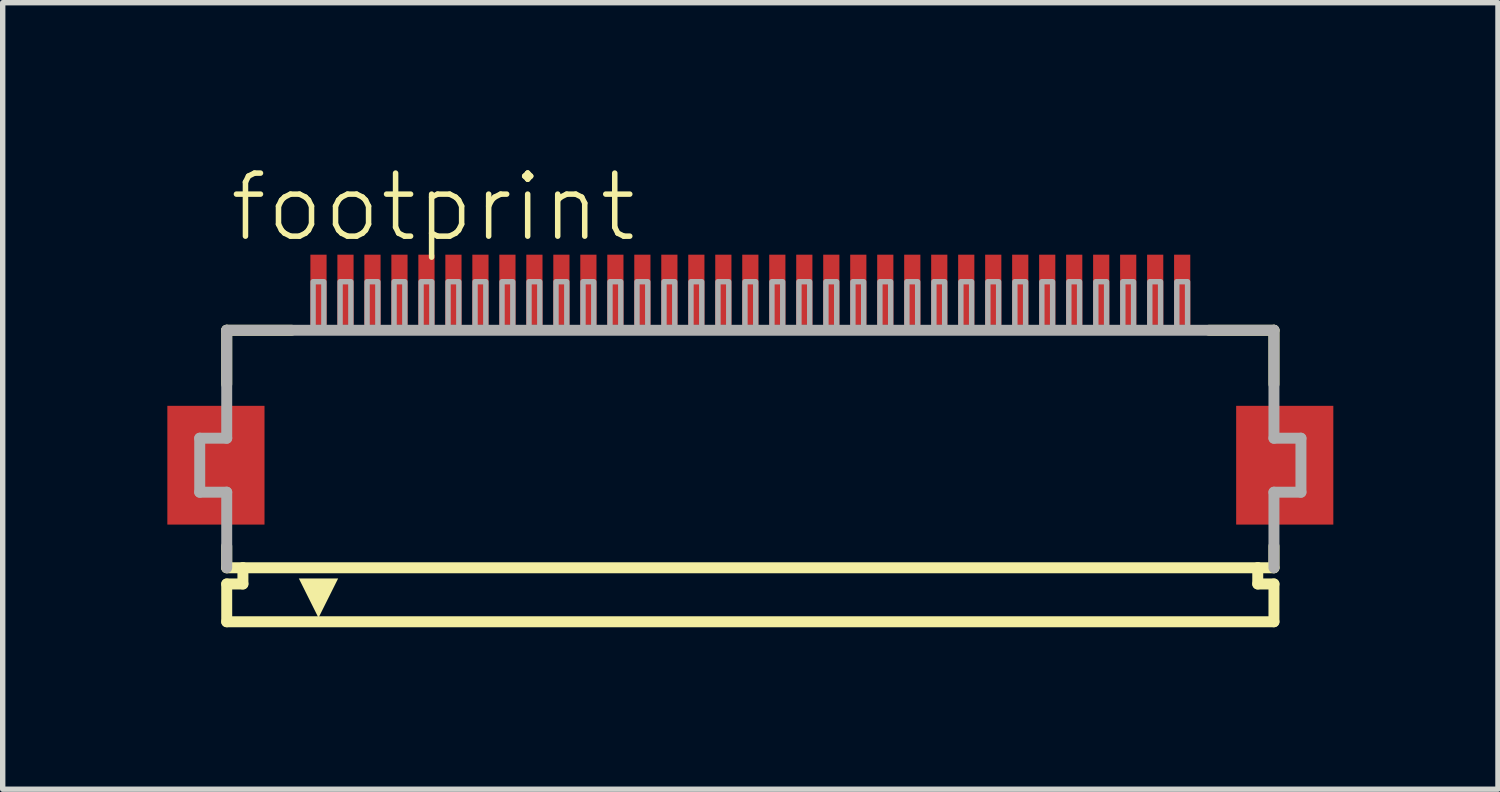
<source format=kicad_pcb>
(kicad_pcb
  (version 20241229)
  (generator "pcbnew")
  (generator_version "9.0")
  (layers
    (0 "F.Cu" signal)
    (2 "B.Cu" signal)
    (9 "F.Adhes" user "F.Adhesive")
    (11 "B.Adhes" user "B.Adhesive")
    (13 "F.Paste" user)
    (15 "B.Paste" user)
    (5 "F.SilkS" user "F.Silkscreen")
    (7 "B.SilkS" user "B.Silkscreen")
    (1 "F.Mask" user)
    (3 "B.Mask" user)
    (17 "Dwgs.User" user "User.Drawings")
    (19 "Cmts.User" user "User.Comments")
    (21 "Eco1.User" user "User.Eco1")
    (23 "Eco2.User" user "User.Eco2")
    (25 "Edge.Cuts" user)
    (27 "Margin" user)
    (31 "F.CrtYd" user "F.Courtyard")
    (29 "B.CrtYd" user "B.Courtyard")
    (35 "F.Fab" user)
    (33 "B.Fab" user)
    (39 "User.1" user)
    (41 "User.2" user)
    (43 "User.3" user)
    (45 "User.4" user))
  (footprint "footprint"
    (layer "F.Cu")
    (at 10.85 5.568)
    (property "Reference" "footprint" (at -9.698 -4.095 0) (layer "F.SilkS") (effects (font (size 1.168 1.168) (thickness 0.102)) (justify left bottom)))
    (fp_poly (pts (xy -9 -1.1) (xy -10.8 -1.1) (xy -10.8 1.1) (xy -9 1.1)) (stroke (width 0) (type solid)) (fill yes) (layer "F.Cu"))
    (fp_poly (pts (xy 10.8 -1.1) (xy 9 -1.1) (xy 9 1.1) (xy 10.8 1.1)) (stroke (width 0) (type solid)) (fill yes) (layer "F.Cu"))
    (fp_poly (pts (xy -8.95 -1.175) (xy -10.85 -1.175) (xy -10.85 1.175) (xy -8.95 1.175)) (stroke (width 0) (type solid)) (fill yes) (layer "F.Mask"))
    (fp_poly (pts (xy -8.2 -2.55) (xy -7.8 -2.55) (xy -7.8 -3.95) (xy -8.2 -3.95)) (stroke (width 0) (type solid)) (fill yes) (layer "F.Mask"))
    (fp_poly (pts (xy -7.7 -2.55) (xy -7.3 -2.55) (xy -7.3 -3.95) (xy -7.7 -3.95)) (stroke (width 0) (type solid)) (fill yes) (layer "F.Mask"))
    (fp_poly (pts (xy -7.2 -2.55) (xy -6.8 -2.55) (xy -6.8 -3.95) (xy -7.2 -3.95)) (stroke (width 0) (type solid)) (fill yes) (layer "F.Mask"))
    (fp_poly (pts (xy -6.7 -2.55) (xy -6.3 -2.55) (xy -6.3 -3.95) (xy -6.7 -3.95)) (stroke (width 0) (type solid)) (fill yes) (layer "F.Mask"))
    (fp_poly (pts (xy -6.2 -2.55) (xy -5.8 -2.55) (xy -5.8 -3.95) (xy -6.2 -3.95)) (stroke (width 0) (type solid)) (fill yes) (layer "F.Mask"))
    (fp_poly (pts (xy -5.7 -2.55) (xy -5.3 -2.55) (xy -5.3 -3.95) (xy -5.7 -3.95)) (stroke (width 0) (type solid)) (fill yes) (layer "F.Mask"))
    (fp_poly (pts (xy -5.2 -2.55) (xy -4.8 -2.55) (xy -4.8 -3.95) (xy -5.2 -3.95)) (stroke (width 0) (type solid)) (fill yes) (layer "F.Mask"))
    (fp_poly (pts (xy -4.7 -2.55) (xy -4.3 -2.55) (xy -4.3 -3.95) (xy -4.7 -3.95)) (stroke (width 0) (type solid)) (fill yes) (layer "F.Mask"))
    (fp_poly (pts (xy -4.2 -2.55) (xy -3.8 -2.55) (xy -3.8 -3.95) (xy -4.2 -3.95)) (stroke (width 0) (type solid)) (fill yes) (layer "F.Mask"))
    (fp_poly (pts (xy -3.7 -2.55) (xy -3.3 -2.55) (xy -3.3 -3.95) (xy -3.7 -3.95)) (stroke (width 0) (type solid)) (fill yes) (layer "F.Mask"))
    (fp_poly (pts (xy -3.2 -2.55) (xy -2.8 -2.55) (xy -2.8 -3.95) (xy -3.2 -3.95)) (stroke (width 0) (type solid)) (fill yes) (layer "F.Mask"))
    (fp_poly (pts (xy -2.7 -2.55) (xy -2.3 -2.55) (xy -2.3 -3.95) (xy -2.7 -3.95)) (stroke (width 0) (type solid)) (fill yes) (layer "F.Mask"))
    (fp_poly (pts (xy -2.2 -2.55) (xy -1.8 -2.55) (xy -1.8 -3.95) (xy -2.2 -3.95)) (stroke (width 0) (type solid)) (fill yes) (layer "F.Mask"))
    (fp_poly (pts (xy -1.7 -2.55) (xy -1.3 -2.55) (xy -1.3 -3.95) (xy -1.7 -3.95)) (stroke (width 0) (type solid)) (fill yes) (layer "F.Mask"))
    (fp_poly (pts (xy -1.2 -2.55) (xy -0.8 -2.55) (xy -0.8 -3.95) (xy -1.2 -3.95)) (stroke (width 0) (type solid)) (fill yes) (layer "F.Mask"))
    (fp_poly (pts (xy -0.7 -2.55) (xy -0.3 -2.55) (xy -0.3 -3.95) (xy -0.7 -3.95)) (stroke (width 0) (type solid)) (fill yes) (layer "F.Mask"))
    (fp_poly (pts (xy -0.2 -2.55) (xy 0.2 -2.55) (xy 0.2 -3.95) (xy -0.2 -3.95)) (stroke (width 0) (type solid)) (fill yes) (layer "F.Mask"))
    (fp_poly (pts (xy 0.3 -2.55) (xy 0.7 -2.55) (xy 0.7 -3.95) (xy 0.3 -3.95)) (stroke (width 0) (type solid)) (fill yes) (layer "F.Mask"))
    (fp_poly (pts (xy 0.8 -2.55) (xy 1.2 -2.55) (xy 1.2 -3.95) (xy 0.8 -3.95)) (stroke (width 0) (type solid)) (fill yes) (layer "F.Mask"))
    (fp_poly (pts (xy 1.3 -2.55) (xy 1.7 -2.55) (xy 1.7 -3.95) (xy 1.3 -3.95)) (stroke (width 0) (type solid)) (fill yes) (layer "F.Mask"))
    (fp_poly (pts (xy 1.8 -2.55) (xy 2.2 -2.55) (xy 2.2 -3.95) (xy 1.8 -3.95)) (stroke (width 0) (type solid)) (fill yes) (layer "F.Mask"))
    (fp_poly (pts (xy 2.3 -2.55) (xy 2.7 -2.55) (xy 2.7 -3.95) (xy 2.3 -3.95)) (stroke (width 0) (type solid)) (fill yes) (layer "F.Mask"))
    (fp_poly (pts (xy 2.8 -2.55) (xy 3.2 -2.55) (xy 3.2 -3.95) (xy 2.8 -3.95)) (stroke (width 0) (type solid)) (fill yes) (layer "F.Mask"))
    (fp_poly (pts (xy 3.3 -2.55) (xy 3.7 -2.55) (xy 3.7 -3.95) (xy 3.3 -3.95)) (stroke (width 0) (type solid)) (fill yes) (layer "F.Mask"))
    (fp_poly (pts (xy 3.8 -2.55) (xy 4.2 -2.55) (xy 4.2 -3.95) (xy 3.8 -3.95)) (stroke (width 0) (type solid)) (fill yes) (layer "F.Mask"))
    (fp_poly (pts (xy 4.3 -2.55) (xy 4.7 -2.55) (xy 4.7 -3.95) (xy 4.3 -3.95)) (stroke (width 0) (type solid)) (fill yes) (layer "F.Mask"))
    (fp_poly (pts (xy 4.8 -2.55) (xy 5.2 -2.55) (xy 5.2 -3.95) (xy 4.8 -3.95)) (stroke (width 0) (type solid)) (fill yes) (layer "F.Mask"))
    (fp_poly (pts (xy 5.3 -2.55) (xy 5.7 -2.55) (xy 5.7 -3.95) (xy 5.3 -3.95)) (stroke (width 0) (type solid)) (fill yes) (layer "F.Mask"))
    (fp_poly (pts (xy 5.8 -2.55) (xy 6.2 -2.55) (xy 6.2 -3.95) (xy 5.8 -3.95)) (stroke (width 0) (type solid)) (fill yes) (layer "F.Mask"))
    (fp_poly (pts (xy 6.3 -2.55) (xy 6.7 -2.55) (xy 6.7 -3.95) (xy 6.3 -3.95)) (stroke (width 0) (type solid)) (fill yes) (layer "F.Mask"))
    (fp_poly (pts (xy 6.8 -2.55) (xy 7.2 -2.55) (xy 7.2 -3.95) (xy 6.8 -3.95)) (stroke (width 0) (type solid)) (fill yes) (layer "F.Mask"))
    (fp_poly (pts (xy 7.3 -2.55) (xy 7.7 -2.55) (xy 7.7 -3.95) (xy 7.3 -3.95)) (stroke (width 0) (type solid)) (fill yes) (layer "F.Mask"))
    (fp_poly (pts (xy 7.8 -2.55) (xy 8.2 -2.55) (xy 8.2 -3.95) (xy 7.8 -3.95)) (stroke (width 0) (type solid)) (fill yes) (layer "F.Mask"))
    (fp_poly (pts (xy 10.85 -1.175) (xy 8.95 -1.175) (xy 8.95 1.175) (xy 10.85 1.175)) (stroke (width 0) (type solid)) (fill yes) (layer "F.Mask"))
    (fp_line (start -9.7 -2.5) (end -9.7 -1.5) (stroke (width 0.203) (type solid)) (layer "F.SilkS"))
    (fp_line (start -9.7 1.5) (end -9.7 1.9) (stroke (width 0.203) (type solid)) (layer "F.SilkS"))
    (fp_line (start -9.7 1.9) (end -9.4 1.9) (stroke (width 0.203) (type solid)) (layer "F.SilkS"))
    (fp_line (start -9.7 2.2) (end -9.7 2.9) (stroke (width 0.203) (type solid)) (layer "F.SilkS"))
    (fp_line (start -9.4 1.9) (end -9.4 2.2) (stroke (width 0.203) (type solid)) (layer "F.SilkS"))
    (fp_line (start -9.4 2.2) (end -9.7 2.2) (stroke (width 0.203) (type solid)) (layer "F.SilkS"))
    (fp_line (start -8.5 -2.5) (end -9.7 -2.5) (stroke (width 0.203) (type solid)) (layer "F.SilkS"))
    (fp_line (start 9.4 1.9) (end -9.4 1.9) (stroke (width 0.203) (type solid)) (layer "F.SilkS"))
    (fp_line (start 9.4 1.9) (end 9.7 1.9) (stroke (width 0.203) (type solid)) (layer "F.SilkS"))
    (fp_line (start 9.4 2.2) (end 9.4 1.9) (stroke (width 0.203) (type solid)) (layer "F.SilkS"))
    (fp_line (start 9.7 -2.5) (end 8.5 -2.5) (stroke (width 0.203) (type solid)) (layer "F.SilkS"))
    (fp_line (start 9.7 -1.5) (end 9.7 -2.5) (stroke (width 0.203) (type solid)) (layer "F.SilkS"))
    (fp_line (start 9.7 1.9) (end 9.7 1.5) (stroke (width 0.203) (type solid)) (layer "F.SilkS"))
    (fp_line (start 9.7 2.2) (end 9.4 2.2) (stroke (width 0.203) (type solid)) (layer "F.SilkS"))
    (fp_line (start 9.7 2.9) (end -9.7 2.9) (stroke (width 0.203) (type solid)) (layer "F.SilkS"))
    (fp_line (start 9.7 2.9) (end 9.7 2.2) (stroke (width 0.203) (type solid)) (layer "F.SilkS"))
    (fp_poly (pts (xy -8 2.827) (xy -8.364 2.098) (xy -7.636 2.098)) (stroke (width 0) (type solid)) (fill yes) (layer "F.SilkS"))
    (fp_poly (pts (xy -9.075 -1.025) (xy -10.725 -1.025) (xy -10.725 1.025) (xy -9.075 1.025)) (stroke (width 0) (type solid)) (fill yes) (layer "F.Paste"))
    (fp_poly (pts (xy -8.125 -2.625) (xy -7.875 -2.625) (xy -7.875 -3.875) (xy -8.125 -3.875)) (stroke (width 0) (type solid)) (fill yes) (layer "F.Paste"))
    (fp_poly (pts (xy -7.625 -2.625) (xy -7.375 -2.625) (xy -7.375 -3.875) (xy -7.625 -3.875)) (stroke (width 0) (type solid)) (fill yes) (layer "F.Paste"))
    (fp_poly (pts (xy -7.125 -2.625) (xy -6.875 -2.625) (xy -6.875 -3.875) (xy -7.125 -3.875)) (stroke (width 0) (type solid)) (fill yes) (layer "F.Paste"))
    (fp_poly (pts (xy -6.625 -2.625) (xy -6.375 -2.625) (xy -6.375 -3.875) (xy -6.625 -3.875)) (stroke (width 0) (type solid)) (fill yes) (layer "F.Paste"))
    (fp_poly (pts (xy -6.125 -2.625) (xy -5.875 -2.625) (xy -5.875 -3.875) (xy -6.125 -3.875)) (stroke (width 0) (type solid)) (fill yes) (layer "F.Paste"))
    (fp_poly (pts (xy -5.625 -2.625) (xy -5.375 -2.625) (xy -5.375 -3.875) (xy -5.625 -3.875)) (stroke (width 0) (type solid)) (fill yes) (layer "F.Paste"))
    (fp_poly (pts (xy -5.125 -2.625) (xy -4.875 -2.625) (xy -4.875 -3.875) (xy -5.125 -3.875)) (stroke (width 0) (type solid)) (fill yes) (layer "F.Paste"))
    (fp_poly (pts (xy -4.625 -2.625) (xy -4.375 -2.625) (xy -4.375 -3.875) (xy -4.625 -3.875)) (stroke (width 0) (type solid)) (fill yes) (layer "F.Paste"))
    (fp_poly (pts (xy -4.125 -2.625) (xy -3.875 -2.625) (xy -3.875 -3.875) (xy -4.125 -3.875)) (stroke (width 0) (type solid)) (fill yes) (layer "F.Paste"))
    (fp_poly (pts (xy -3.625 -2.625) (xy -3.375 -2.625) (xy -3.375 -3.875) (xy -3.625 -3.875)) (stroke (width 0) (type solid)) (fill yes) (layer "F.Paste"))
    (fp_poly (pts (xy -3.125 -2.625) (xy -2.875 -2.625) (xy -2.875 -3.875) (xy -3.125 -3.875)) (stroke (width 0) (type solid)) (fill yes) (layer "F.Paste"))
    (fp_poly (pts (xy -2.625 -2.625) (xy -2.375 -2.625) (xy -2.375 -3.875) (xy -2.625 -3.875)) (stroke (width 0) (type solid)) (fill yes) (layer "F.Paste"))
    (fp_poly (pts (xy -2.125 -2.625) (xy -1.875 -2.625) (xy -1.875 -3.875) (xy -2.125 -3.875)) (stroke (width 0) (type solid)) (fill yes) (layer "F.Paste"))
    (fp_poly (pts (xy -1.625 -2.625) (xy -1.375 -2.625) (xy -1.375 -3.875) (xy -1.625 -3.875)) (stroke (width 0) (type solid)) (fill yes) (layer "F.Paste"))
    (fp_poly (pts (xy -1.125 -2.625) (xy -0.875 -2.625) (xy -0.875 -3.875) (xy -1.125 -3.875)) (stroke (width 0) (type solid)) (fill yes) (layer "F.Paste"))
    (fp_poly (pts (xy -0.625 -2.625) (xy -0.375 -2.625) (xy -0.375 -3.875) (xy -0.625 -3.875)) (stroke (width 0) (type solid)) (fill yes) (layer "F.Paste"))
    (fp_poly (pts (xy -0.125 -2.625) (xy 0.125 -2.625) (xy 0.125 -3.875) (xy -0.125 -3.875)) (stroke (width 0) (type solid)) (fill yes) (layer "F.Paste"))
    (fp_poly (pts (xy 0.375 -2.625) (xy 0.625 -2.625) (xy 0.625 -3.875) (xy 0.375 -3.875)) (stroke (width 0) (type solid)) (fill yes) (layer "F.Paste"))
    (fp_poly (pts (xy 0.875 -2.625) (xy 1.125 -2.625) (xy 1.125 -3.875) (xy 0.875 -3.875)) (stroke (width 0) (type solid)) (fill yes) (layer "F.Paste"))
    (fp_poly (pts (xy 1.375 -2.625) (xy 1.625 -2.625) (xy 1.625 -3.875) (xy 1.375 -3.875)) (stroke (width 0) (type solid)) (fill yes) (layer "F.Paste"))
    (fp_poly (pts (xy 1.875 -2.625) (xy 2.125 -2.625) (xy 2.125 -3.875) (xy 1.875 -3.875)) (stroke (width 0) (type solid)) (fill yes) (layer "F.Paste"))
    (fp_poly (pts (xy 2.375 -2.625) (xy 2.625 -2.625) (xy 2.625 -3.875) (xy 2.375 -3.875)) (stroke (width 0) (type solid)) (fill yes) (layer "F.Paste"))
    (fp_poly (pts (xy 2.875 -2.625) (xy 3.125 -2.625) (xy 3.125 -3.875) (xy 2.875 -3.875)) (stroke (width 0) (type solid)) (fill yes) (layer "F.Paste"))
    (fp_poly (pts (xy 3.375 -2.625) (xy 3.625 -2.625) (xy 3.625 -3.875) (xy 3.375 -3.875)) (stroke (width 0) (type solid)) (fill yes) (layer "F.Paste"))
    (fp_poly (pts (xy 3.875 -2.625) (xy 4.125 -2.625) (xy 4.125 -3.875) (xy 3.875 -3.875)) (stroke (width 0) (type solid)) (fill yes) (layer "F.Paste"))
    (fp_poly (pts (xy 4.375 -2.625) (xy 4.625 -2.625) (xy 4.625 -3.875) (xy 4.375 -3.875)) (stroke (width 0) (type solid)) (fill yes) (layer "F.Paste"))
    (fp_poly (pts (xy 4.875 -2.625) (xy 5.125 -2.625) (xy 5.125 -3.875) (xy 4.875 -3.875)) (stroke (width 0) (type solid)) (fill yes) (layer "F.Paste"))
    (fp_poly (pts (xy 5.375 -2.625) (xy 5.625 -2.625) (xy 5.625 -3.875) (xy 5.375 -3.875)) (stroke (width 0) (type solid)) (fill yes) (layer "F.Paste"))
    (fp_poly (pts (xy 5.875 -2.625) (xy 6.125 -2.625) (xy 6.125 -3.875) (xy 5.875 -3.875)) (stroke (width 0) (type solid)) (fill yes) (layer "F.Paste"))
    (fp_poly (pts (xy 6.375 -2.625) (xy 6.625 -2.625) (xy 6.625 -3.875) (xy 6.375 -3.875)) (stroke (width 0) (type solid)) (fill yes) (layer "F.Paste"))
    (fp_poly (pts (xy 6.875 -2.625) (xy 7.125 -2.625) (xy 7.125 -3.875) (xy 6.875 -3.875)) (stroke (width 0) (type solid)) (fill yes) (layer "F.Paste"))
    (fp_poly (pts (xy 7.375 -2.625) (xy 7.625 -2.625) (xy 7.625 -3.875) (xy 7.375 -3.875)) (stroke (width 0) (type solid)) (fill yes) (layer "F.Paste"))
    (fp_poly (pts (xy 7.875 -2.625) (xy 8.125 -2.625) (xy 8.125 -3.875) (xy 7.875 -3.875)) (stroke (width 0) (type solid)) (fill yes) (layer "F.Paste"))
    (fp_poly (pts (xy 10.725 -1.025) (xy 9.075 -1.025) (xy 9.075 1.025) (xy 10.725 1.025)) (stroke (width 0) (type solid)) (fill yes) (layer "F.Paste"))
    (fp_line (start -10.2 -0.5) (end -10.2 0.5) (stroke (width 0.203) (type solid)) (layer "F.Fab"))
    (fp_line (start -10.2 0.5) (end -9.7 0.5) (stroke (width 0.203) (type solid)) (layer "F.Fab"))
    (fp_line (start -9.7 -2.5) (end -9.7 -0.5) (stroke (width 0.203) (type solid)) (layer "F.Fab"))
    (fp_line (start -9.7 -0.5) (end -10.2 -0.5) (stroke (width 0.203) (type solid)) (layer "F.Fab"))
    (fp_line (start -9.7 0.5) (end -9.7 1.9) (stroke (width 0.203) (type solid)) (layer "F.Fab"))
    (fp_line (start 9.7 -2.5) (end -9.7 -2.5) (stroke (width 0.203) (type solid)) (layer "F.Fab"))
    (fp_line (start 9.7 -0.5) (end 9.7 -2.5) (stroke (width 0.203) (type solid)) (layer "F.Fab"))
    (fp_line (start 9.7 0.5) (end 10.2 0.5) (stroke (width 0.203) (type solid)) (layer "F.Fab"))
    (fp_line (start 9.7 1.9) (end 9.7 0.5) (stroke (width 0.203) (type solid)) (layer "F.Fab"))
    (fp_line (start 10.2 -0.5) (end 9.7 -0.5) (stroke (width 0.203) (type solid)) (layer "F.Fab"))
    (fp_line (start 10.2 0.5) (end 10.2 -0.5) (stroke (width 0.203) (type solid)) (layer "F.Fab"))
    (fp_poly (pts (xy -8.1 -2.55) (xy -7.9 -2.55) (xy -7.9 -3.4) (xy -8.1 -3.4)) (stroke (width 0.1) (type solid)) (fill no) (layer "F.Fab"))
    (fp_poly (pts (xy -7.6 -2.55) (xy -7.4 -2.55) (xy -7.4 -3.4) (xy -7.6 -3.4)) (stroke (width 0.1) (type solid)) (fill no) (layer "F.Fab"))
    (fp_poly (pts (xy -7.1 -2.55) (xy -6.9 -2.55) (xy -6.9 -3.4) (xy -7.1 -3.4)) (stroke (width 0.1) (type solid)) (fill no) (layer "F.Fab"))
    (fp_poly (pts (xy -6.6 -2.55) (xy -6.4 -2.55) (xy -6.4 -3.4) (xy -6.6 -3.4)) (stroke (width 0.1) (type solid)) (fill no) (layer "F.Fab"))
    (fp_poly (pts (xy -6.1 -2.55) (xy -5.9 -2.55) (xy -5.9 -3.4) (xy -6.1 -3.4)) (stroke (width 0.1) (type solid)) (fill no) (layer "F.Fab"))
    (fp_poly (pts (xy -5.6 -2.55) (xy -5.4 -2.55) (xy -5.4 -3.4) (xy -5.6 -3.4)) (stroke (width 0.1) (type solid)) (fill no) (layer "F.Fab"))
    (fp_poly (pts (xy -5.1 -2.55) (xy -4.9 -2.55) (xy -4.9 -3.4) (xy -5.1 -3.4)) (stroke (width 0.1) (type solid)) (fill no) (layer "F.Fab"))
    (fp_poly (pts (xy -4.6 -2.55) (xy -4.4 -2.55) (xy -4.4 -3.4) (xy -4.6 -3.4)) (stroke (width 0.1) (type solid)) (fill no) (layer "F.Fab"))
    (fp_poly (pts (xy -4.1 -2.55) (xy -3.9 -2.55) (xy -3.9 -3.4) (xy -4.1 -3.4)) (stroke (width 0.1) (type solid)) (fill no) (layer "F.Fab"))
    (fp_poly (pts (xy -3.6 -2.55) (xy -3.4 -2.55) (xy -3.4 -3.4) (xy -3.6 -3.4)) (stroke (width 0.1) (type solid)) (fill no) (layer "F.Fab"))
    (fp_poly (pts (xy -3.1 -2.55) (xy -2.9 -2.55) (xy -2.9 -3.4) (xy -3.1 -3.4)) (stroke (width 0.1) (type solid)) (fill no) (layer "F.Fab"))
    (fp_poly (pts (xy -2.6 -2.55) (xy -2.4 -2.55) (xy -2.4 -3.4) (xy -2.6 -3.4)) (stroke (width 0.1) (type solid)) (fill no) (layer "F.Fab"))
    (fp_poly (pts (xy -2.1 -2.55) (xy -1.9 -2.55) (xy -1.9 -3.4) (xy -2.1 -3.4)) (stroke (width 0.1) (type solid)) (fill no) (layer "F.Fab"))
    (fp_poly (pts (xy -1.6 -2.55) (xy -1.4 -2.55) (xy -1.4 -3.4) (xy -1.6 -3.4)) (stroke (width 0.1) (type solid)) (fill no) (layer "F.Fab"))
    (fp_poly (pts (xy -1.1 -2.55) (xy -0.9 -2.55) (xy -0.9 -3.4) (xy -1.1 -3.4)) (stroke (width 0.1) (type solid)) (fill no) (layer "F.Fab"))
    (fp_poly (pts (xy -0.6 -2.55) (xy -0.4 -2.55) (xy -0.4 -3.4) (xy -0.6 -3.4)) (stroke (width 0.1) (type solid)) (fill no) (layer "F.Fab"))
    (fp_poly (pts (xy -0.1 -2.55) (xy 0.1 -2.55) (xy 0.1 -3.4) (xy -0.1 -3.4)) (stroke (width 0.1) (type solid)) (fill no) (layer "F.Fab"))
    (fp_poly (pts (xy 0.4 -2.55) (xy 0.6 -2.55) (xy 0.6 -3.4) (xy 0.4 -3.4)) (stroke (width 0.1) (type solid)) (fill no) (layer "F.Fab"))
    (fp_poly (pts (xy 0.9 -2.55) (xy 1.1 -2.55) (xy 1.1 -3.4) (xy 0.9 -3.4)) (stroke (width 0.1) (type solid)) (fill no) (layer "F.Fab"))
    (fp_poly (pts (xy 1.4 -2.55) (xy 1.6 -2.55) (xy 1.6 -3.4) (xy 1.4 -3.4)) (stroke (width 0.1) (type solid)) (fill no) (layer "F.Fab"))
    (fp_poly (pts (xy 1.9 -2.55) (xy 2.1 -2.55) (xy 2.1 -3.4) (xy 1.9 -3.4)) (stroke (width 0.1) (type solid)) (fill no) (layer "F.Fab"))
    (fp_poly (pts (xy 2.4 -2.55) (xy 2.6 -2.55) (xy 2.6 -3.4) (xy 2.4 -3.4)) (stroke (width 0.1) (type solid)) (fill no) (layer "F.Fab"))
    (fp_poly (pts (xy 2.9 -2.55) (xy 3.1 -2.55) (xy 3.1 -3.4) (xy 2.9 -3.4)) (stroke (width 0.1) (type solid)) (fill no) (layer "F.Fab"))
    (fp_poly (pts (xy 3.4 -2.55) (xy 3.6 -2.55) (xy 3.6 -3.4) (xy 3.4 -3.4)) (stroke (width 0.1) (type solid)) (fill no) (layer "F.Fab"))
    (fp_poly (pts (xy 3.9 -2.55) (xy 4.1 -2.55) (xy 4.1 -3.4) (xy 3.9 -3.4)) (stroke (width 0.1) (type solid)) (fill no) (layer "F.Fab"))
    (fp_poly (pts (xy 4.4 -2.55) (xy 4.6 -2.55) (xy 4.6 -3.4) (xy 4.4 -3.4)) (stroke (width 0.1) (type solid)) (fill no) (layer "F.Fab"))
    (fp_poly (pts (xy 4.9 -2.55) (xy 5.1 -2.55) (xy 5.1 -3.4) (xy 4.9 -3.4)) (stroke (width 0.1) (type solid)) (fill no) (layer "F.Fab"))
    (fp_poly (pts (xy 5.4 -2.55) (xy 5.6 -2.55) (xy 5.6 -3.4) (xy 5.4 -3.4)) (stroke (width 0.1) (type solid)) (fill no) (layer "F.Fab"))
    (fp_poly (pts (xy 5.9 -2.55) (xy 6.1 -2.55) (xy 6.1 -3.4) (xy 5.9 -3.4)) (stroke (width 0.1) (type solid)) (fill no) (layer "F.Fab"))
    (fp_poly (pts (xy 6.4 -2.55) (xy 6.6 -2.55) (xy 6.6 -3.4) (xy 6.4 -3.4)) (stroke (width 0.1) (type solid)) (fill no) (layer "F.Fab"))
    (fp_poly (pts (xy 6.9 -2.55) (xy 7.1 -2.55) (xy 7.1 -3.4) (xy 6.9 -3.4)) (stroke (width 0.1) (type solid)) (fill no) (layer "F.Fab"))
    (fp_poly (pts (xy 7.4 -2.55) (xy 7.6 -2.55) (xy 7.6 -3.4) (xy 7.4 -3.4)) (stroke (width 0.1) (type solid)) (fill no) (layer "F.Fab"))
    (fp_poly (pts (xy 7.9 -2.55) (xy 8.1 -2.55) (xy 8.1 -3.4) (xy 7.9 -3.4)) (stroke (width 0.1) (type solid)) (fill no) (layer "F.Fab"))
    (pad "1" smd rect (at -8 -3.25) (size 0.3 1.3) (layers "F.Cu"))
    (pad "2" smd rect (at -7.5 -3.25) (size 0.3 1.3) (layers "F.Cu"))
    (pad "3" smd rect (at -7 -3.25) (size 0.3 1.3) (layers "F.Cu"))
    (pad "4" smd rect (at -6.5 -3.25) (size 0.3 1.3) (layers "F.Cu"))
    (pad "5" smd rect (at -6 -3.25) (size 0.3 1.3) (layers "F.Cu"))
    (pad "6" smd rect (at -5.5 -3.25) (size 0.3 1.3) (layers "F.Cu"))
    (pad "7" smd rect (at -5 -3.25) (size 0.3 1.3) (layers "F.Cu"))
    (pad "8" smd rect (at -4.5 -3.25) (size 0.3 1.3) (layers "F.Cu"))
    (pad "9" smd rect (at -4 -3.25) (size 0.3 1.3) (layers "F.Cu"))
    (pad "10" smd rect (at -3.5 -3.25) (size 0.3 1.3) (layers "F.Cu"))
    (pad "11" smd rect (at -3 -3.25) (size 0.3 1.3) (layers "F.Cu"))
    (pad "12" smd rect (at -2.5 -3.25) (size 0.3 1.3) (layers "F.Cu"))
    (pad "13" smd rect (at -2 -3.25) (size 0.3 1.3) (layers "F.Cu"))
    (pad "14" smd rect (at -1.5 -3.25) (size 0.3 1.3) (layers "F.Cu"))
    (pad "15" smd rect (at -1 -3.25) (size 0.3 1.3) (layers "F.Cu"))
    (pad "16" smd rect (at -0.5 -3.25) (size 0.3 1.3) (layers "F.Cu"))
    (pad "17" smd rect (at 0 -3.25) (size 0.3 1.3) (layers "F.Cu"))
    (pad "18" smd rect (at 0.5 -3.25) (size 0.3 1.3) (layers "F.Cu"))
    (pad "19" smd rect (at 1 -3.25) (size 0.3 1.3) (layers "F.Cu"))
    (pad "20" smd rect (at 1.5 -3.25) (size 0.3 1.3) (layers "F.Cu"))
    (pad "21" smd rect (at 2 -3.25) (size 0.3 1.3) (layers "F.Cu"))
    (pad "22" smd rect (at 2.5 -3.25) (size 0.3 1.3) (layers "F.Cu"))
    (pad "23" smd rect (at 3 -3.25) (size 0.3 1.3) (layers "F.Cu"))
    (pad "24" smd rect (at 3.5 -3.25) (size 0.3 1.3) (layers "F.Cu"))
    (pad "25" smd rect (at 4 -3.25) (size 0.3 1.3) (layers "F.Cu"))
    (pad "26" smd rect (at 4.5 -3.25) (size 0.3 1.3) (layers "F.Cu"))
    (pad "27" smd rect (at 5 -3.25) (size 0.3 1.3) (layers "F.Cu"))
    (pad "28" smd rect (at 5.5 -3.25) (size 0.3 1.3) (layers "F.Cu"))
    (pad "29" smd rect (at 6 -3.25) (size 0.3 1.3) (layers "F.Cu"))
    (pad "30" smd rect (at 6.5 -3.25) (size 0.3 1.3) (layers "F.Cu"))
    (pad "31" smd rect (at 7 -3.25) (size 0.3 1.3) (layers "F.Cu"))
    (pad "32" smd rect (at 7.5 -3.25) (size 0.3 1.3) (layers "F.Cu"))
    (pad "33" smd rect (at 8 -3.25) (size 0.3 1.3) (layers "F.Cu")))
  (gr_rect
    (start -3 -3)
    (end 24.7 11.57)
    (stroke (width 0.1) (type default))
    (fill no)
    (layer "Edge.Cuts")))
</source>
